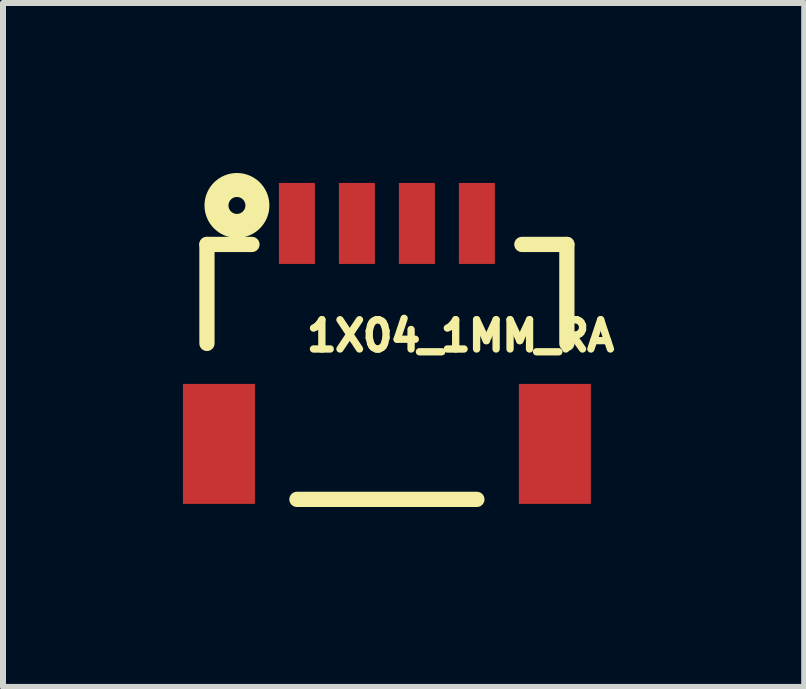
<source format=kicad_pcb>
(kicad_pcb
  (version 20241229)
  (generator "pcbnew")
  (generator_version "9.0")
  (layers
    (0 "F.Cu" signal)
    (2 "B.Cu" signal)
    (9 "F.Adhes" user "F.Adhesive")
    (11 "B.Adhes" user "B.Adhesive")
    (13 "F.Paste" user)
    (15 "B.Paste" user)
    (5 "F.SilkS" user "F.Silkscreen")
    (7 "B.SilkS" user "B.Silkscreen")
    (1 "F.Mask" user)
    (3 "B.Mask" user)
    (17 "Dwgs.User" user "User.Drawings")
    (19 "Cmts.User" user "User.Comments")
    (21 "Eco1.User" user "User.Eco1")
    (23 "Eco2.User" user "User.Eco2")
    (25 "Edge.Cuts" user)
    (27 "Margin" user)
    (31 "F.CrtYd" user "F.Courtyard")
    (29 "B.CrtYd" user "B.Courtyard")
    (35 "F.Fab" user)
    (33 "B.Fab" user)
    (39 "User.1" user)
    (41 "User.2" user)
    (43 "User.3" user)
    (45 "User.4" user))
  (footprint "1X04_1MM_RA"
    (layer "F.Cu")
    (at 3.4 0.675)
    (property "Reference" "1X04_1MM_RA" (at -1.397 2.159 0) (layer "F.SilkS") (effects (font (size 0.488 0.488) (thickness 0.122)) (justify left bottom)))
    (fp_line (start -3 0.35) (end -2.25 0.35) (stroke (width 0.254) (type solid)) (layer "F.SilkS"))
    (fp_line (start -3 2) (end -3 0.35) (stroke (width 0.254) (type solid)) (layer "F.SilkS"))
    (fp_line (start -1.5 4.6) (end 1.5 4.6) (stroke (width 0.254) (type solid)) (layer "F.SilkS"))
    (fp_line (start 2.25 0.35) (end 3 0.35) (stroke (width 0.254) (type solid)) (layer "F.SilkS"))
    (fp_line (start 3 0.35) (end 3 2) (stroke (width 0.254) (type solid)) (layer "F.SilkS"))
    (fp_circle (center -2.5 -0.3) (end -2.359 -0.3) (stroke (width 0.4) (type solid)) (fill no) (layer "F.SilkS"))
    (pad "1" smd rect (at -1.5 0) (size 0.6 1.35) (layers "F.Cu" "F.Mask" "F.Paste"))
    (pad "2" smd rect (at -0.5 0) (size 0.6 1.35) (layers "F.Cu" "F.Mask" "F.Paste"))
    (pad "3" smd rect (at 0.5 0) (size 0.6 1.35) (layers "F.Cu" "F.Mask" "F.Paste"))
    (pad "4" smd rect (at 1.5 0) (size 0.6 1.35) (layers "F.Cu" "F.Mask" "F.Paste"))
    (pad "NC1" smd rect (at 2.8 3.675) (size 1.2 2) (layers "F.Cu" "F.Mask" "F.Paste"))
    (pad "NC2" smd rect (at -2.8 3.675) (size 1.2 2) (layers "F.Cu" "F.Mask" "F.Paste")))
  (gr_rect
    (start -3 -3)
    (end 10.357 8.402)
    (stroke (width 0.1) (type default))
    (fill no)
    (layer "Edge.Cuts")))
</source>
